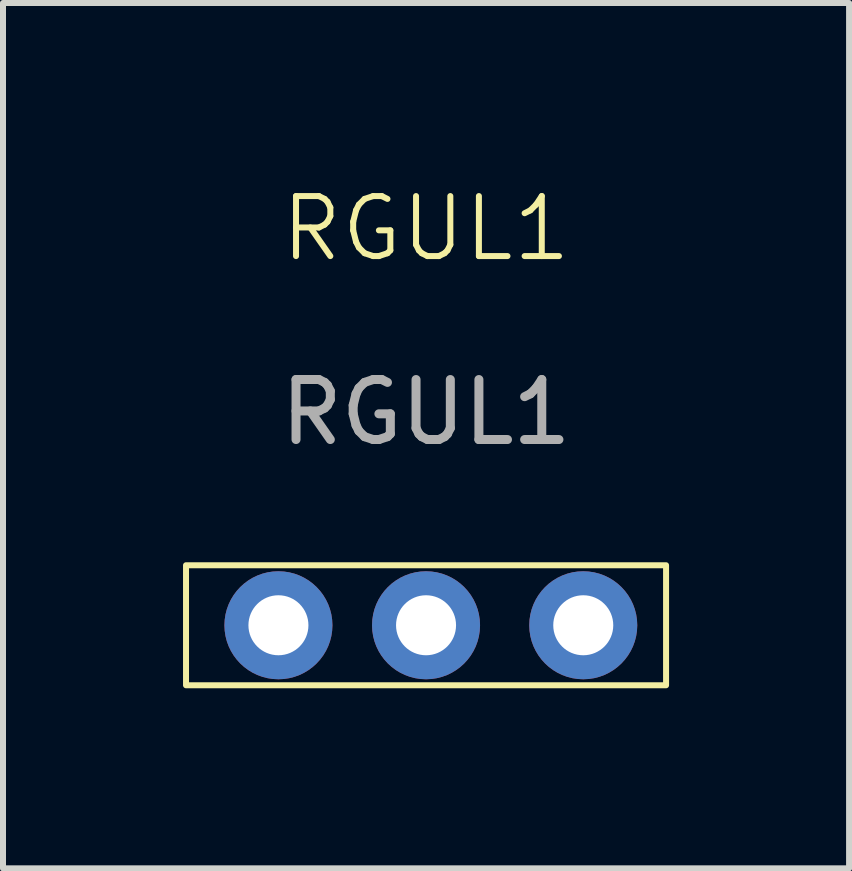
<source format=kicad_pcb>
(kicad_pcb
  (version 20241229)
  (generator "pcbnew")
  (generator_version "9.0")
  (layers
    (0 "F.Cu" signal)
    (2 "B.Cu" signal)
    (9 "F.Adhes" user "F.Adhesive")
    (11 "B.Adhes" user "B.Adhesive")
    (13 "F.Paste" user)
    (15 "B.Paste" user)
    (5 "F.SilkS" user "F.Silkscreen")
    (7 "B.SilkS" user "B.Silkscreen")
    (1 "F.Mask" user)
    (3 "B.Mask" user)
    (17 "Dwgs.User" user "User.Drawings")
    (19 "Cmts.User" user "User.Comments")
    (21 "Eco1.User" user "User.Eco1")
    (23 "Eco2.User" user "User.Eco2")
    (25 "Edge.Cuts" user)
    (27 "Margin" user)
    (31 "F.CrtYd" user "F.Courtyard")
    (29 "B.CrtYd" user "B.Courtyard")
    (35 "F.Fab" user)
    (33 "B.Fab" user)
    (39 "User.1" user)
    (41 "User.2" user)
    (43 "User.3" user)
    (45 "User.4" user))
  (footprint "RGUL1"
    (layer "F.Cu")
    (at 4.05 7.37)
    (property "Reference" "RGUL1" (at 0 -6.61 0) (unlocked yes) (layer "F.SilkS") (effects (font (size 1 1) (thickness 0.1))))
    (attr smd)
    (fp_rect (start -4 -1) (end 4 1) (stroke (width 0.1) (type default)) (fill no) (layer "F.SilkS"))
    (fp_text user "${REFERENCE}" (at 0 -3.55 0) (unlocked yes) (layer "F.Fab") (effects (font (size 1 1) (thickness 0.15))))
    (pad "1" thru_hole circle (at -2.46 0) (size 1.8 1.8) (drill 1) (layers "*.Cu" "*.Mask"))
    (pad "2" thru_hole circle (at 0 0) (size 1.8 1.8) (drill 1) (layers "*.Cu" "*.Mask"))
    (pad "3" thru_hole circle (at 2.62 0) (size 1.8 1.8) (drill 1) (layers "*.Cu" "*.Mask")))
  (gr_rect
    (start -3 -3)
    (end 11.1 11.421)
    (stroke (width 0.1) (type default))
    (fill no)
    (layer "Edge.Cuts")))
</source>
